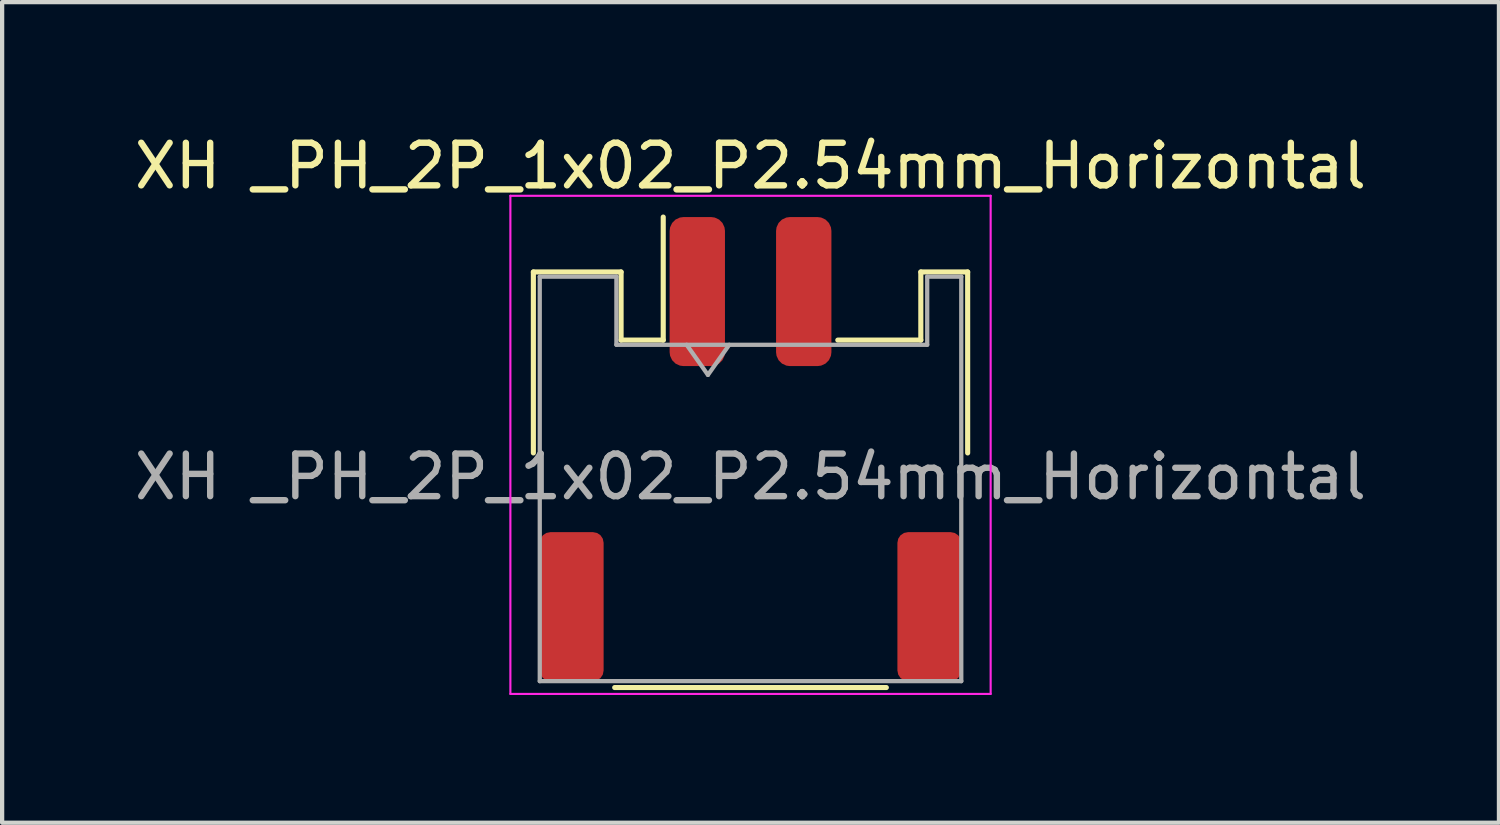
<source format=kicad_pcb>
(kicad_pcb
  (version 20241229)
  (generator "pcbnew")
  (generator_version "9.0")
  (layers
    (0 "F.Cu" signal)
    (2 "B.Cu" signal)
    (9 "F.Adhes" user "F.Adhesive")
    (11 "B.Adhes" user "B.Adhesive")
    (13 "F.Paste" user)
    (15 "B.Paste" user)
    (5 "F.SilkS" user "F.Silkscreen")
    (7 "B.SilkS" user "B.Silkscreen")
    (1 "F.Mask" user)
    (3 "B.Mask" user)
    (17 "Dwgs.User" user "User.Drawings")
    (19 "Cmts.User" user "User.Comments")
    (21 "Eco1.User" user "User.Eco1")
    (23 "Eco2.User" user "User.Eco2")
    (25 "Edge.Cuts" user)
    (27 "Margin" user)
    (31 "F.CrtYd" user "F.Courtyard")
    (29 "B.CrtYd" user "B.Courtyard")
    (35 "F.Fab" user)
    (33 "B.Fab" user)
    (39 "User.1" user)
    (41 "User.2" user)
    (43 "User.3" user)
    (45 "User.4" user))
  (footprint "XH _PH_2P_1x02_P2.54mm_Horizontal"
    (layer "F.Cu")
    (at 14.577 6.648)
    (property "Reference" "XH _PH_2P_1x02_P2.54mm_Horizontal" (at 0 -5.8 0) (layer "F.SilkS") (effects (font (size 1 1) (thickness 0.15))))
    (attr smd)
    (fp_line (start -5.1 -3.31) (end -3.04 -3.31) (stroke (width 0.12) (type solid)) (layer "F.SilkS"))
    (fp_line (start -5.1 0.94) (end -5.1 -3.31) (stroke (width 0.12) (type solid)) (layer "F.SilkS"))
    (fp_line (start -3.19 6.45) (end 3.19 6.45) (stroke (width 0.12) (type solid)) (layer "F.SilkS"))
    (fp_line (start -3.04 -3.31) (end -3.04 -1.71) (stroke (width 0.12) (type solid)) (layer "F.SilkS"))
    (fp_line (start -3.04 -1.71) (end -2.05 -1.71) (stroke (width 0.12) (type solid)) (layer "F.SilkS"))
    (fp_line (start -2.05 -1.71) (end -2.05 -4.6) (stroke (width 0.12) (type solid)) (layer "F.SilkS"))
    (fp_line (start 4 -3.31) (end 4 -1.71) (stroke (width 0.12) (type solid)) (layer "F.SilkS"))
    (fp_line (start 4 -1.71) (end 2.05 -1.71) (stroke (width 0.12) (type solid)) (layer "F.SilkS"))
    (fp_line (start 5.1 -3.31) (end 4 -3.31) (stroke (width 0.12) (type solid)) (layer "F.SilkS"))
    (fp_line (start 5.1 0.94) (end 5.1 -3.31) (stroke (width 0.12) (type solid)) (layer "F.SilkS"))
    (fp_line (start -5.64 -5.1) (end -5.64 6.6) (stroke (width 0.05) (type solid)) (layer "F.CrtYd"))
    (fp_line (start -5.64 6.6) (end 5.64 6.6) (stroke (width 0.05) (type solid)) (layer "F.CrtYd"))
    (fp_line (start 5.64 -5.1) (end -5.64 -5.1) (stroke (width 0.05) (type solid)) (layer "F.CrtYd"))
    (fp_line (start 5.64 6.6) (end 5.64 -5.1) (stroke (width 0.05) (type solid)) (layer "F.CrtYd"))
    (fp_line (start -4.95 -3.2) (end -4.95 6.3) (stroke (width 0.1) (type solid)) (layer "F.Fab"))
    (fp_line (start -4.95 -3.2) (end -3.15 -3.2) (stroke (width 0.1) (type solid)) (layer "F.Fab"))
    (fp_line (start -4.95 6.3) (end 4.95 6.3) (stroke (width 0.1) (type solid)) (layer "F.Fab"))
    (fp_line (start -3.15 -3.2) (end -3.15 -1.6) (stroke (width 0.1) (type solid)) (layer "F.Fab"))
    (fp_line (start -3.15 -1.6) (end 4.15 -1.6) (stroke (width 0.1) (type solid)) (layer "F.Fab"))
    (fp_line (start -1.5 -1.6) (end -1 -0.893) (stroke (width 0.1) (type solid)) (layer "F.Fab"))
    (fp_line (start -1 -0.893) (end -0.5 -1.6) (stroke (width 0.1) (type solid)) (layer "F.Fab"))
    (fp_line (start 4.15 -3.2) (end 4.95 -3.2) (stroke (width 0.1) (type solid)) (layer "F.Fab"))
    (fp_line (start 4.15 -1.6) (end 4.15 -3.2) (stroke (width 0.1) (type solid)) (layer "F.Fab"))
    (fp_line (start 4.95 -3.2) (end 4.95 6.3) (stroke (width 0.1) (type solid)) (layer "F.Fab"))
    (fp_text user "${REFERENCE}" (at 0 1.5 0) (layer "F.Fab") (effects (font (size 1 1) (thickness 0.15))))
    (pad "" smd roundrect (at -4.2 4.55) (size 1.5 3.5) (layers "F.Cu" "F.Mask" "F.Paste") (roundrect_rratio 0.167))
    (pad "" smd roundrect (at 4.2 4.55) (size 1.5 3.5) (layers "F.Cu" "F.Mask" "F.Paste") (roundrect_rratio 0.167))
    (pad "1" smd roundrect (at -1.25 -2.85) (size 1.3 3.5) (layers "F.Cu" "F.Mask" "F.Paste") (roundrect_rratio 0.25))
    (pad "2" smd roundrect (at 1.25 -2.85) (size 1.3 3.5) (layers "F.Cu" "F.Mask" "F.Paste") (roundrect_rratio 0.25)))
  (gr_rect
    (start -3 -3)
    (end 32.155 16.273)
    (stroke (width 0.1) (type default))
    (fill no)
    (layer "Edge.Cuts")))
</source>
